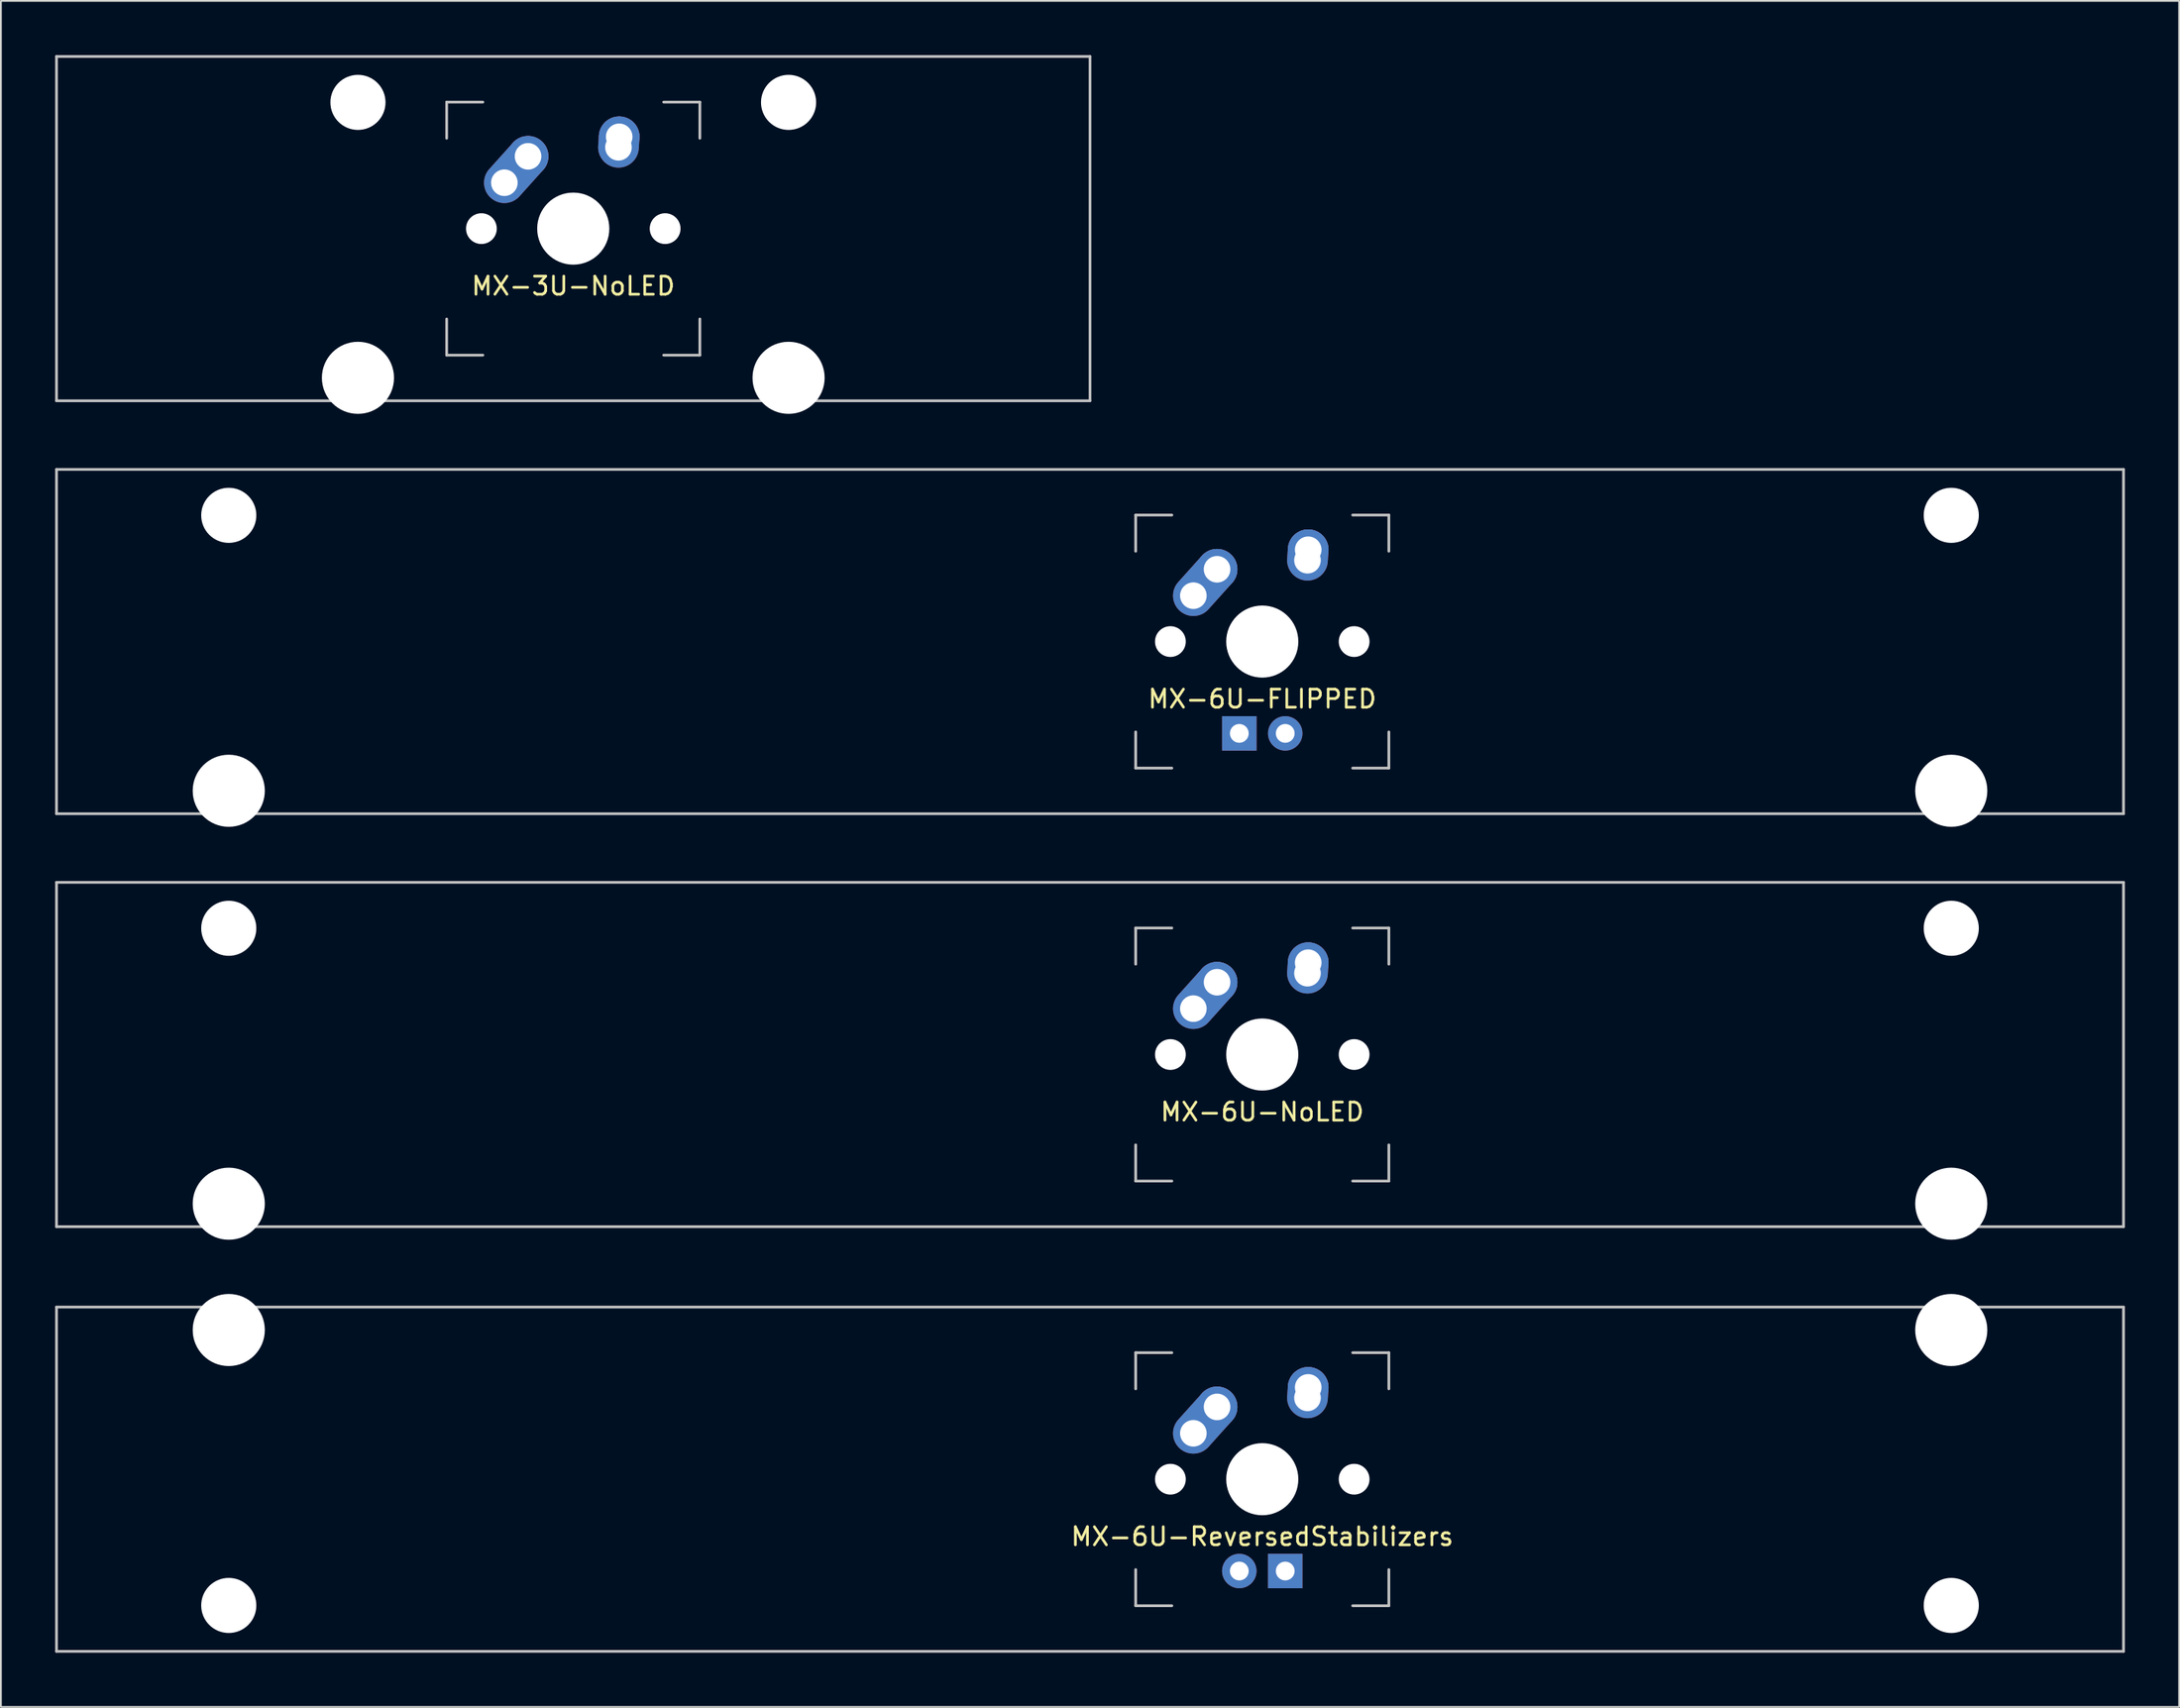
<source format=kicad_pcb>
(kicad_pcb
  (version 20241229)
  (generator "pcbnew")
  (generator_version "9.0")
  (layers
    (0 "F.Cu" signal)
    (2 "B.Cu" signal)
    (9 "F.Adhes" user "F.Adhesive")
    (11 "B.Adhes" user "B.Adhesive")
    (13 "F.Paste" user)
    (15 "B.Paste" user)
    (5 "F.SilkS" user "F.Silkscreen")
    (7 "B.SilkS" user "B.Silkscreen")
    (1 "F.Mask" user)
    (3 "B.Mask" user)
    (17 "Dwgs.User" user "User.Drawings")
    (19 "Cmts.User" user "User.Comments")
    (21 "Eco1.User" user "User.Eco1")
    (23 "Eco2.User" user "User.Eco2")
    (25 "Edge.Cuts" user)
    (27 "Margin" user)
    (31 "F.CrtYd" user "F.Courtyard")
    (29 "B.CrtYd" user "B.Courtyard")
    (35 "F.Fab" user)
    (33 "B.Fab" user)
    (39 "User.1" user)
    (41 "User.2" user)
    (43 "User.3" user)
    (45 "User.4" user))
  (footprint "MX-6U-NoLED"
    (layer "F.Cu")
    (at 57.225 55.298)
    (property "Reference" "MX-6U-NoLED" (at 9.525 3.175 0) (layer "F.SilkS") (effects (font (size 1 1) (thickness 0.15))))
    (attr through_hole)
    (fp_line (start -57.15 -9.525) (end 57.15 -9.525) (stroke (width 0.15) (type solid)) (layer "Dwgs.User"))
    (fp_line (start -57.15 9.525) (end -57.15 -9.525) (stroke (width 0.15) (type solid)) (layer "Dwgs.User"))
    (fp_line (start -57.15 9.525) (end 57.15 9.525) (stroke (width 0.15) (type solid)) (layer "Dwgs.User"))
    (fp_line (start 2.525 -7) (end 2.525 -5) (stroke (width 0.15) (type solid)) (layer "Dwgs.User"))
    (fp_line (start 2.525 5) (end 2.525 7) (stroke (width 0.15) (type solid)) (layer "Dwgs.User"))
    (fp_line (start 2.525 7) (end 4.525 7) (stroke (width 0.15) (type solid)) (layer "Dwgs.User"))
    (fp_line (start 4.525 -7) (end 2.525 -7) (stroke (width 0.15) (type solid)) (layer "Dwgs.User"))
    (fp_line (start 14.525 -7) (end 16.525 -7) (stroke (width 0.15) (type solid)) (layer "Dwgs.User"))
    (fp_line (start 14.525 7) (end 16.525 7) (stroke (width 0.15) (type solid)) (layer "Dwgs.User"))
    (fp_line (start 16.525 -7) (end 16.525 -5) (stroke (width 0.15) (type solid)) (layer "Dwgs.User"))
    (fp_line (start 16.525 7) (end 16.525 5) (stroke (width 0.15) (type solid)) (layer "Dwgs.User"))
    (fp_line (start 57.15 -9.525) (end 57.15 9.525) (stroke (width 0.15) (type solid)) (layer "Dwgs.User"))
    (pad "" np_thru_hole circle (at -47.625 -6.985) (size 3.048 3.048) (drill 3.048) (layers "*.Cu" "*.Mask"))
    (pad "" np_thru_hole circle (at -47.625 8.255) (size 3.988 3.988) (drill 3.988) (layers "*.Cu" "*.Mask"))
    (pad "" np_thru_hole circle (at 4.445 0 48.1) (size 1.702 1.702) (drill 1.702) (layers "*.Cu" "*.Mask"))
    (pad "" np_thru_hole circle (at 9.525 0) (size 3.988 3.988) (drill 3.988) (layers "*.Cu" "*.Mask"))
    (pad "" np_thru_hole circle (at 14.605 0 48.1) (size 1.702 1.702) (drill 1.702) (layers "*.Cu" "*.Mask"))
    (pad "" np_thru_hole circle (at 47.625 -6.985) (size 3.048 3.048) (drill 3.048) (layers "*.Cu" "*.Mask"))
    (pad "" np_thru_hole circle (at 47.625 8.255) (size 3.988 3.988) (drill 3.988) (layers "*.Cu" "*.Mask"))
    (pad "1" thru_hole oval (at 5.715 -2.54 48.1) (size 4.212 2.25) (drill 1.47 (offset 0.981 0)) (layers "*.Cu" "*.Mask"))
    (pad "1" thru_hole circle (at 7.025 -4) (size 2.25 2.25) (drill 1.47) (layers "*.Cu" "*.Mask"))
    (pad "2" thru_hole oval (at 12.025 -4.5 86.055) (size 2.831 2.25) (drill 1.47 (offset 0.291 0)) (layers "*.Cu" "*.Mask"))
    (pad "2" thru_hole circle (at 12.065 -5.08) (size 2.25 2.25) (drill 1.47) (layers "*.Cu" "*.Mask")))
  (footprint "MX-6U-ReversedStabilizers"
    (layer "F.Cu")
    (at 57.225 78.796)
    (property "Reference" "MX-6U-ReversedStabilizers" (at 9.525 3.175 0) (layer "F.SilkS") (effects (font (size 1 1) (thickness 0.15))))
    (attr through_hole)
    (fp_line (start -57.15 -9.525) (end 57.15 -9.525) (stroke (width 0.15) (type solid)) (layer "Dwgs.User"))
    (fp_line (start -57.15 9.525) (end -57.15 -9.525) (stroke (width 0.15) (type solid)) (layer "Dwgs.User"))
    (fp_line (start -57.15 9.525) (end 57.15 9.525) (stroke (width 0.15) (type solid)) (layer "Dwgs.User"))
    (fp_line (start 2.525 -7) (end 2.525 -5) (stroke (width 0.15) (type solid)) (layer "Dwgs.User"))
    (fp_line (start 2.525 5) (end 2.525 7) (stroke (width 0.15) (type solid)) (layer "Dwgs.User"))
    (fp_line (start 2.525 7) (end 4.525 7) (stroke (width 0.15) (type solid)) (layer "Dwgs.User"))
    (fp_line (start 4.525 -7) (end 2.525 -7) (stroke (width 0.15) (type solid)) (layer "Dwgs.User"))
    (fp_line (start 14.525 -7) (end 16.525 -7) (stroke (width 0.15) (type solid)) (layer "Dwgs.User"))
    (fp_line (start 14.525 7) (end 16.525 7) (stroke (width 0.15) (type solid)) (layer "Dwgs.User"))
    (fp_line (start 16.525 -7) (end 16.525 -5) (stroke (width 0.15) (type solid)) (layer "Dwgs.User"))
    (fp_line (start 16.525 7) (end 16.525 5) (stroke (width 0.15) (type solid)) (layer "Dwgs.User"))
    (fp_line (start 57.15 -9.525) (end 57.15 9.525) (stroke (width 0.15) (type solid)) (layer "Dwgs.User"))
    (pad "" np_thru_hole circle (at -47.625 -8.255) (size 3.988 3.988) (drill 3.988) (layers "*.Cu" "*.Mask"))
    (pad "" np_thru_hole circle (at -47.625 6.985) (size 3.048 3.048) (drill 3.048) (layers "*.Cu" "*.Mask"))
    (pad "" np_thru_hole circle (at 4.445 0 48.1) (size 1.702 1.702) (drill 1.702) (layers "*.Cu" "*.Mask"))
    (pad "" np_thru_hole circle (at 9.525 0) (size 3.988 3.988) (drill 3.988) (layers "*.Cu" "*.Mask"))
    (pad "" np_thru_hole circle (at 14.605 0 48.1) (size 1.702 1.702) (drill 1.702) (layers "*.Cu" "*.Mask"))
    (pad "" np_thru_hole circle (at 47.625 -8.255) (size 3.988 3.988) (drill 3.988) (layers "*.Cu" "*.Mask"))
    (pad "" np_thru_hole circle (at 47.625 6.985) (size 3.048 3.048) (drill 3.048) (layers "*.Cu" "*.Mask"))
    (pad "1" thru_hole oval (at 5.715 -2.54 48.1) (size 4.212 2.25) (drill 1.47 (offset 0.981 0)) (layers "*.Cu" "*.Mask"))
    (pad "1" thru_hole circle (at 7.025 -4) (size 2.25 2.25) (drill 1.47) (layers "*.Cu" "*.Mask"))
    (pad "2" thru_hole oval (at 12.025 -4.5 86.055) (size 2.831 2.25) (drill 1.47 (offset 0.291 0)) (layers "*.Cu" "*.Mask"))
    (pad "2" thru_hole circle (at 12.065 -5.08) (size 2.25 2.25) (drill 1.47) (layers "*.Cu" "*.Mask"))
    (pad "3" thru_hole circle (at 8.255 5.08) (size 1.905 1.905) (drill 1.04) (layers "*.Cu" "*.Mask"))
    (pad "4" thru_hole rect (at 10.795 5.08) (size 1.905 1.905) (drill 1.04) (layers "*.Cu" "*.Mask")))
  (footprint "MX-3U-NoLED"
    (layer "F.Cu")
    (at 28.65 9.6)
    (property "Reference" "MX-3U-NoLED" (at 0 3.175 0) (layer "F.SilkS") (effects (font (size 1 1) (thickness 0.15))))
    (attr through_hole)
    (fp_line (start -28.575 -9.525) (end 28.575 -9.525) (stroke (width 0.15) (type solid)) (layer "Dwgs.User"))
    (fp_line (start -28.575 9.525) (end -28.575 -9.525) (stroke (width 0.15) (type solid)) (layer "Dwgs.User"))
    (fp_line (start -28.575 9.525) (end 28.575 9.525) (stroke (width 0.15) (type solid)) (layer "Dwgs.User"))
    (fp_line (start -7 -7) (end -7 -5) (stroke (width 0.15) (type solid)) (layer "Dwgs.User"))
    (fp_line (start -7 5) (end -7 7) (stroke (width 0.15) (type solid)) (layer "Dwgs.User"))
    (fp_line (start -7 7) (end -5 7) (stroke (width 0.15) (type solid)) (layer "Dwgs.User"))
    (fp_line (start -5 -7) (end -7 -7) (stroke (width 0.15) (type solid)) (layer "Dwgs.User"))
    (fp_line (start 5 -7) (end 7 -7) (stroke (width 0.15) (type solid)) (layer "Dwgs.User"))
    (fp_line (start 5 7) (end 7 7) (stroke (width 0.15) (type solid)) (layer "Dwgs.User"))
    (fp_line (start 7 -7) (end 7 -5) (stroke (width 0.15) (type solid)) (layer "Dwgs.User"))
    (fp_line (start 7 7) (end 7 5) (stroke (width 0.15) (type solid)) (layer "Dwgs.User"))
    (fp_line (start 28.575 -9.525) (end 28.575 9.525) (stroke (width 0.15) (type solid)) (layer "Dwgs.User"))
    (pad "" np_thru_hole circle (at -11.906 -6.985) (size 3.048 3.048) (drill 3.048) (layers "*.Cu" "*.Mask"))
    (pad "" np_thru_hole circle (at -11.906 8.255) (size 3.988 3.988) (drill 3.988) (layers "*.Cu" "*.Mask"))
    (pad "" np_thru_hole circle (at -5.08 0 48.1) (size 1.702 1.702) (drill 1.702) (layers "*.Cu" "*.Mask"))
    (pad "" np_thru_hole circle (at 0 0) (size 3.988 3.988) (drill 3.988) (layers "*.Cu" "*.Mask"))
    (pad "" np_thru_hole circle (at 5.08 0 48.1) (size 1.702 1.702) (drill 1.702) (layers "*.Cu" "*.Mask"))
    (pad "" np_thru_hole circle (at 11.906 -6.985) (size 3.048 3.048) (drill 3.048) (layers "*.Cu" "*.Mask"))
    (pad "" np_thru_hole circle (at 11.906 8.255) (size 3.988 3.988) (drill 3.988) (layers "*.Cu" "*.Mask"))
    (pad "1" thru_hole oval (at -3.81 -2.54 48.1) (size 4.212 2.25) (drill 1.47 (offset 0.981 0)) (layers "*.Cu" "*.Mask"))
    (pad "1" thru_hole circle (at -2.5 -4) (size 2.25 2.25) (drill 1.47) (layers "*.Cu" "*.Mask"))
    (pad "2" thru_hole oval (at 2.5 -4.5 86.055) (size 2.831 2.25) (drill 1.47 (offset 0.291 0)) (layers "*.Cu" "*.Mask"))
    (pad "2" thru_hole circle (at 2.54 -5.08) (size 2.25 2.25) (drill 1.47) (layers "*.Cu" "*.Mask")))
  (footprint "MX-6U-FLIPPED"
    (layer "F.Cu")
    (at 57.225 32.449)
    (property "Reference" "MX-6U-FLIPPED" (at 9.525 3.175 0) (layer "F.SilkS") (effects (font (size 1 1) (thickness 0.15))))
    (attr through_hole)
    (fp_line (start -57.15 -9.525) (end 57.15 -9.525) (stroke (width 0.15) (type solid)) (layer "Dwgs.User"))
    (fp_line (start -57.15 9.525) (end -57.15 -9.525) (stroke (width 0.15) (type solid)) (layer "Dwgs.User"))
    (fp_line (start -57.15 9.525) (end 57.15 9.525) (stroke (width 0.15) (type solid)) (layer "Dwgs.User"))
    (fp_line (start 2.525 -7) (end 2.525 -5) (stroke (width 0.15) (type solid)) (layer "Dwgs.User"))
    (fp_line (start 2.525 5) (end 2.525 7) (stroke (width 0.15) (type solid)) (layer "Dwgs.User"))
    (fp_line (start 2.525 7) (end 4.525 7) (stroke (width 0.15) (type solid)) (layer "Dwgs.User"))
    (fp_line (start 4.525 -7) (end 2.525 -7) (stroke (width 0.15) (type solid)) (layer "Dwgs.User"))
    (fp_line (start 14.525 -7) (end 16.525 -7) (stroke (width 0.15) (type solid)) (layer "Dwgs.User"))
    (fp_line (start 14.525 7) (end 16.525 7) (stroke (width 0.15) (type solid)) (layer "Dwgs.User"))
    (fp_line (start 16.525 -7) (end 16.525 -5) (stroke (width 0.15) (type solid)) (layer "Dwgs.User"))
    (fp_line (start 16.525 7) (end 16.525 5) (stroke (width 0.15) (type solid)) (layer "Dwgs.User"))
    (fp_line (start 57.15 -9.525) (end 57.15 9.525) (stroke (width 0.15) (type solid)) (layer "Dwgs.User"))
    (pad "" np_thru_hole circle (at -47.625 -6.985) (size 3.048 3.048) (drill 3.048) (layers "*.Cu" "*.Mask"))
    (pad "" np_thru_hole circle (at -47.625 8.255) (size 3.988 3.988) (drill 3.988) (layers "*.Cu" "*.Mask"))
    (pad "" np_thru_hole circle (at 4.445 0 48.1) (size 1.702 1.702) (drill 1.702) (layers "*.Cu" "*.Mask"))
    (pad "" np_thru_hole circle (at 9.525 0) (size 3.988 3.988) (drill 3.988) (layers "*.Cu" "*.Mask"))
    (pad "" np_thru_hole circle (at 14.605 0 48.1) (size 1.702 1.702) (drill 1.702) (layers "*.Cu" "*.Mask"))
    (pad "" np_thru_hole circle (at 47.625 -6.985) (size 3.048 3.048) (drill 3.048) (layers "*.Cu" "*.Mask"))
    (pad "" np_thru_hole circle (at 47.625 8.255) (size 3.988 3.988) (drill 3.988) (layers "*.Cu" "*.Mask"))
    (pad "1" thru_hole oval (at 5.715 -2.54 48.1) (size 4.212 2.25) (drill 1.47 (offset 0.981 0)) (layers "*.Cu" "*.Mask"))
    (pad "1" thru_hole circle (at 7.025 -4) (size 2.25 2.25) (drill 1.47) (layers "*.Cu" "*.Mask"))
    (pad "2" thru_hole oval (at 12.025 -4.5 86.055) (size 2.831 2.25) (drill 1.47 (offset 0.291 0)) (layers "*.Cu" "*.Mask"))
    (pad "2" thru_hole circle (at 12.065 -5.08) (size 2.25 2.25) (drill 1.47) (layers "*.Cu" "*.Mask"))
    (pad "3" thru_hole circle (at 10.795 5.08) (size 1.905 1.905) (drill 1.04) (layers "*.Cu" "*.Mask"))
    (pad "4" thru_hole rect (at 8.255 5.08) (size 1.905 1.905) (drill 1.04) (layers "*.Cu" "*.Mask")))
  (gr_rect
    (start -3 -3)
    (end 117.45 91.396)
    (stroke (width 0.1) (type default))
    (fill no)
    (layer "Edge.Cuts")))
</source>
